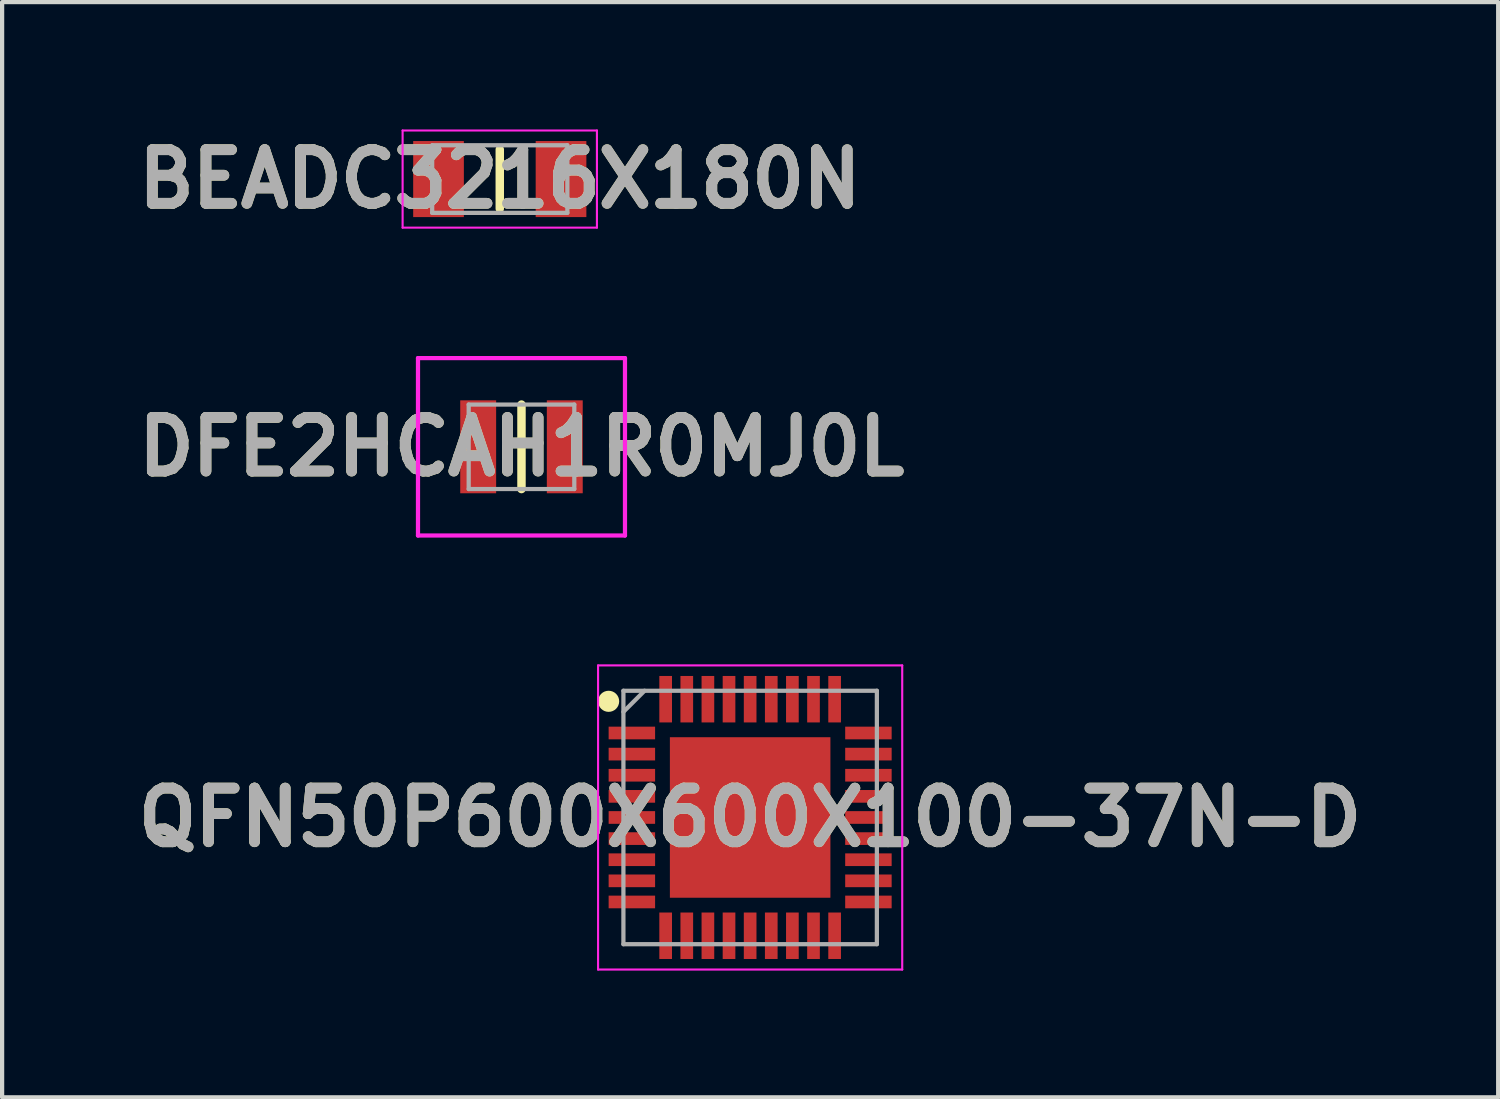
<source format=kicad_pcb>
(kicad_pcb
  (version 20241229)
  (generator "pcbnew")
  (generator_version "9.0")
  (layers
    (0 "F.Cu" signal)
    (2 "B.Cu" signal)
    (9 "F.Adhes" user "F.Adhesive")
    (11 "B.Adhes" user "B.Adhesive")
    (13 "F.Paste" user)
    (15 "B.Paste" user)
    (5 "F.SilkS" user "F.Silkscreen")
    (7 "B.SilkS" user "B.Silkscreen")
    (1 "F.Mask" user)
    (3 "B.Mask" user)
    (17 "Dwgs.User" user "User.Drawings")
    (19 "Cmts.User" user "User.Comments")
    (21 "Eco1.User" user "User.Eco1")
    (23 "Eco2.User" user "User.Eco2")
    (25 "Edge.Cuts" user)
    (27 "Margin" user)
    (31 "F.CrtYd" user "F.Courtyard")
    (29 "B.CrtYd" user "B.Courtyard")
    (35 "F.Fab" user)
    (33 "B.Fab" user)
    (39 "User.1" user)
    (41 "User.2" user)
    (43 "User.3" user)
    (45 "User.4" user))
  (footprint "QFN50P600X600X100-37N-D"
    (layer "F.Cu")
    (at 14.708 16.302)
    (property "Reference" "QFN50P600X600X100-37N-D" (at 0 0 0) (layer "F.SilkS") (effects (font (size 1.27 1.27) (thickness 0.254))))
    (attr smd)
    (fp_circle (center -3.35 -2.75) (end -3.35 -2.625) (stroke (width 0.25) (type solid)) (fill no) (layer "F.SilkS"))
    (fp_line (start -3.6 -3.6) (end 3.6 -3.6) (stroke (width 0.05) (type solid)) (layer "F.CrtYd"))
    (fp_line (start -3.6 3.6) (end -3.6 -3.6) (stroke (width 0.05) (type solid)) (layer "F.CrtYd"))
    (fp_line (start 3.6 -3.6) (end 3.6 3.6) (stroke (width 0.05) (type solid)) (layer "F.CrtYd"))
    (fp_line (start 3.6 3.6) (end -3.6 3.6) (stroke (width 0.05) (type solid)) (layer "F.CrtYd"))
    (fp_line (start -3 -3) (end 3 -3) (stroke (width 0.1) (type solid)) (layer "F.Fab"))
    (fp_line (start -3 -2.5) (end -2.5 -3) (stroke (width 0.1) (type solid)) (layer "F.Fab"))
    (fp_line (start -3 3) (end -3 -3) (stroke (width 0.1) (type solid)) (layer "F.Fab"))
    (fp_line (start 3 -3) (end 3 3) (stroke (width 0.1) (type solid)) (layer "F.Fab"))
    (fp_line (start 3 3) (end -3 3) (stroke (width 0.1) (type solid)) (layer "F.Fab"))
    (fp_text user "${REFERENCE}" (at 0 0 0) (layer "F.Fab") (effects (font (size 1.27 1.27) (thickness 0.254))))
    (pad "1" smd rect (at -2.8 -2 90) (size 0.3 1.1) (layers "F.Cu" "F.Mask" "F.Paste"))
    (pad "2" smd rect (at -2.8 -1.5 90) (size 0.3 1.1) (layers "F.Cu" "F.Mask" "F.Paste"))
    (pad "3" smd rect (at -2.8 -1 90) (size 0.3 1.1) (layers "F.Cu" "F.Mask" "F.Paste"))
    (pad "4" smd rect (at -2.8 -0.5 90) (size 0.3 1.1) (layers "F.Cu" "F.Mask" "F.Paste"))
    (pad "5" smd rect (at -2.8 0 90) (size 0.3 1.1) (layers "F.Cu" "F.Mask" "F.Paste"))
    (pad "6" smd rect (at -2.8 0.5 90) (size 0.3 1.1) (layers "F.Cu" "F.Mask" "F.Paste"))
    (pad "7" smd rect (at -2.8 1 90) (size 0.3 1.1) (layers "F.Cu" "F.Mask" "F.Paste"))
    (pad "8" smd rect (at -2.8 1.5 90) (size 0.3 1.1) (layers "F.Cu" "F.Mask" "F.Paste"))
    (pad "9" smd rect (at -2.8 2 90) (size 0.3 1.1) (layers "F.Cu" "F.Mask" "F.Paste"))
    (pad "10" smd rect (at -2 2.8) (size 0.3 1.1) (layers "F.Cu" "F.Mask" "F.Paste"))
    (pad "11" smd rect (at -1.5 2.8) (size 0.3 1.1) (layers "F.Cu" "F.Mask" "F.Paste"))
    (pad "12" smd rect (at -1 2.8) (size 0.3 1.1) (layers "F.Cu" "F.Mask" "F.Paste"))
    (pad "13" smd rect (at -0.5 2.8) (size 0.3 1.1) (layers "F.Cu" "F.Mask" "F.Paste"))
    (pad "14" smd rect (at 0 2.8) (size 0.3 1.1) (layers "F.Cu" "F.Mask" "F.Paste"))
    (pad "15" smd rect (at 0.5 2.8) (size 0.3 1.1) (layers "F.Cu" "F.Mask" "F.Paste"))
    (pad "16" smd rect (at 1 2.8) (size 0.3 1.1) (layers "F.Cu" "F.Mask" "F.Paste"))
    (pad "17" smd rect (at 1.5 2.8) (size 0.3 1.1) (layers "F.Cu" "F.Mask" "F.Paste"))
    (pad "18" smd rect (at 2 2.8) (size 0.3 1.1) (layers "F.Cu" "F.Mask" "F.Paste"))
    (pad "19" smd rect (at 2.8 2 90) (size 0.3 1.1) (layers "F.Cu" "F.Mask" "F.Paste"))
    (pad "20" smd rect (at 2.8 1.5 90) (size 0.3 1.1) (layers "F.Cu" "F.Mask" "F.Paste"))
    (pad "21" smd rect (at 2.8 1 90) (size 0.3 1.1) (layers "F.Cu" "F.Mask" "F.Paste"))
    (pad "22" smd rect (at 2.8 0.5 90) (size 0.3 1.1) (layers "F.Cu" "F.Mask" "F.Paste"))
    (pad "23" smd rect (at 2.8 0 90) (size 0.3 1.1) (layers "F.Cu" "F.Mask" "F.Paste"))
    (pad "24" smd rect (at 2.8 -0.5 90) (size 0.3 1.1) (layers "F.Cu" "F.Mask" "F.Paste"))
    (pad "25" smd rect (at 2.8 -1 90) (size 0.3 1.1) (layers "F.Cu" "F.Mask" "F.Paste"))
    (pad "26" smd rect (at 2.8 -1.5 90) (size 0.3 1.1) (layers "F.Cu" "F.Mask" "F.Paste"))
    (pad "27" smd rect (at 2.8 -2 90) (size 0.3 1.1) (layers "F.Cu" "F.Mask" "F.Paste"))
    (pad "28" smd rect (at 2 -2.8) (size 0.3 1.1) (layers "F.Cu" "F.Mask" "F.Paste"))
    (pad "29" smd rect (at 1.5 -2.8) (size 0.3 1.1) (layers "F.Cu" "F.Mask" "F.Paste"))
    (pad "30" smd rect (at 1 -2.8) (size 0.3 1.1) (layers "F.Cu" "F.Mask" "F.Paste"))
    (pad "31" smd rect (at 0.5 -2.8) (size 0.3 1.1) (layers "F.Cu" "F.Mask" "F.Paste"))
    (pad "32" smd rect (at 0 -2.8) (size 0.3 1.1) (layers "F.Cu" "F.Mask" "F.Paste"))
    (pad "33" smd rect (at -0.5 -2.8) (size 0.3 1.1) (layers "F.Cu" "F.Mask" "F.Paste"))
    (pad "34" smd rect (at -1 -2.8) (size 0.3 1.1) (layers "F.Cu" "F.Mask" "F.Paste"))
    (pad "35" smd rect (at -1.5 -2.8) (size 0.3 1.1) (layers "F.Cu" "F.Mask" "F.Paste"))
    (pad "36" smd rect (at -2 -2.8) (size 0.3 1.1) (layers "F.Cu" "F.Mask" "F.Paste"))
    (pad "37" smd rect (at 0 0) (size 3.8 3.8) (layers "F.Cu" "F.Mask" "F.Paste")))
  (footprint "BEADC3216X180N"
    (layer "F.Cu")
    (at 8.781 1.189)
    (property "Reference" "BEADC3216X180N" (at 0 0 0) (layer "F.SilkS") (effects (font (size 1.27 1.27) (thickness 0.254))))
    (attr smd)
    (fp_line (start 0 -0.7) (end 0 0.7) (stroke (width 0.2) (type solid)) (layer "F.SilkS"))
    (fp_line (start -2.3 -1.15) (end 2.3 -1.15) (stroke (width 0.05) (type solid)) (layer "F.CrtYd"))
    (fp_line (start -2.3 1.15) (end -2.3 -1.15) (stroke (width 0.05) (type solid)) (layer "F.CrtYd"))
    (fp_line (start 2.3 -1.15) (end 2.3 1.15) (stroke (width 0.05) (type solid)) (layer "F.CrtYd"))
    (fp_line (start 2.3 1.15) (end -2.3 1.15) (stroke (width 0.05) (type solid)) (layer "F.CrtYd"))
    (fp_line (start -1.6 -0.8) (end 1.6 -0.8) (stroke (width 0.1) (type solid)) (layer "F.Fab"))
    (fp_line (start -1.6 0.8) (end -1.6 -0.8) (stroke (width 0.1) (type solid)) (layer "F.Fab"))
    (fp_line (start 1.6 -0.8) (end 1.6 0.8) (stroke (width 0.1) (type solid)) (layer "F.Fab"))
    (fp_line (start 1.6 0.8) (end -1.6 0.8) (stroke (width 0.1) (type solid)) (layer "F.Fab"))
    (fp_text user "${REFERENCE}" (at 0 0 0) (layer "F.Fab") (effects (font (size 1.27 1.27) (thickness 0.254))))
    (pad "1" smd rect (at -1.45 0) (size 1.2 1.8) (layers "F.Cu" "F.Mask" "F.Paste"))
    (pad "2" smd rect (at 1.45 0) (size 1.2 1.8) (layers "F.Cu" "F.Mask" "F.Paste")))
  (footprint "DFE2HCAH1R0MJ0L"
    (layer "F.Cu")
    (at 9.295 7.527)
    (property "Reference" "DFE2HCAH1R0MJ0L" (at 0 0 0) (layer "F.SilkS") (effects (font (size 1.27 1.27) (thickness 0.254))))
    (attr smd)
    (fp_line (start 0 -1) (end 0 1) (stroke (width 0.2) (type solid)) (layer "F.SilkS"))
    (fp_line (start -2.45 -2.1) (end 2.45 -2.1) (stroke (width 0.1) (type solid)) (layer "F.CrtYd"))
    (fp_line (start -2.45 2.1) (end -2.45 -2.1) (stroke (width 0.1) (type solid)) (layer "F.CrtYd"))
    (fp_line (start 2.45 -2.1) (end 2.45 2.1) (stroke (width 0.1) (type solid)) (layer "F.CrtYd"))
    (fp_line (start 2.45 2.1) (end -2.45 2.1) (stroke (width 0.1) (type solid)) (layer "F.CrtYd"))
    (fp_line (start -1.25 -1) (end 1.25 -1) (stroke (width 0.1) (type solid)) (layer "F.Fab"))
    (fp_line (start -1.25 1) (end -1.25 -1) (stroke (width 0.1) (type solid)) (layer "F.Fab"))
    (fp_line (start 1.25 -1) (end 1.25 1) (stroke (width 0.1) (type solid)) (layer "F.Fab"))
    (fp_line (start 1.25 1) (end -1.25 1) (stroke (width 0.1) (type solid)) (layer "F.Fab"))
    (fp_text user "${REFERENCE}" (at 0 0 0) (layer "F.Fab") (effects (font (size 1.27 1.27) (thickness 0.254))))
    (pad "1" smd rect (at -1.025 0) (size 0.85 2.2) (layers "F.Cu" "F.Mask" "F.Paste"))
    (pad "2" smd rect (at 1.025 0) (size 0.85 2.2) (layers "F.Cu" "F.Mask" "F.Paste")))
  (gr_rect
    (start -3 -3)
    (end 32.416 22.927)
    (stroke (width 0.1) (type default))
    (fill no)
    (layer "Edge.Cuts")))
</source>
